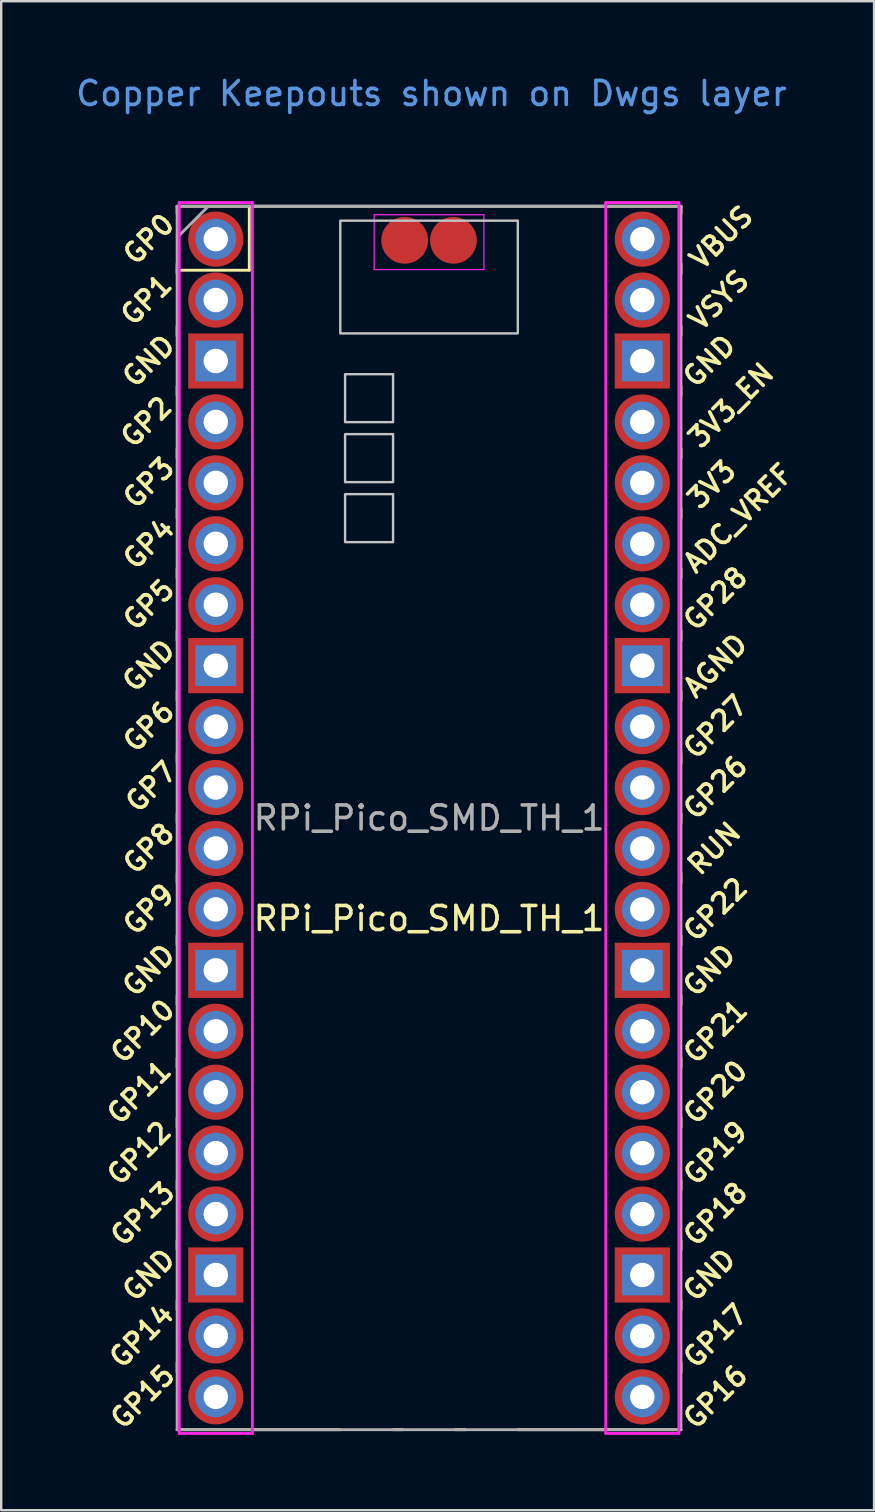
<source format=kicad_pcb>
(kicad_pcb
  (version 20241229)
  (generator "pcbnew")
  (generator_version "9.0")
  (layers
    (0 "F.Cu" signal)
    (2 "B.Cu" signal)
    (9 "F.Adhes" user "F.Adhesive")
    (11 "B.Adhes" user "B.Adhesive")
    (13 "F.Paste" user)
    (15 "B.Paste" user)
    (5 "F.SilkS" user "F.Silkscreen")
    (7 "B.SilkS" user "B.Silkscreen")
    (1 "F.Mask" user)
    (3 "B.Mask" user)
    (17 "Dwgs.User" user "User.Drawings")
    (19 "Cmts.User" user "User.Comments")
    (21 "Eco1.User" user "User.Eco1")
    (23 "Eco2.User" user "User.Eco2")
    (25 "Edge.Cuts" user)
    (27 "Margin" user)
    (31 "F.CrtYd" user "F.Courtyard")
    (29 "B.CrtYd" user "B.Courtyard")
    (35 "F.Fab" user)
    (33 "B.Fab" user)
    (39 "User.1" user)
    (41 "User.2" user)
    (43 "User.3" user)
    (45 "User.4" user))
  (footprint "RPi_Pico_SMD_TH_1"
    (layer "F.Cu")
    (at 14.835 31.048)
    (property "Reference" "RPi_Pico_SMD_TH_1" (at 0 4.191 0) (layer "F.SilkS") (effects (font (size 1 1) (thickness 0.15))))
    (attr through_hole)
    (fp_line (start -10.5 -25.5) (end -10.5 -25.2) (stroke (width 0.12) (type solid)) (layer "F.SilkS"))
    (fp_line (start -10.5 -25.5) (end 10.5 -25.5) (stroke (width 0.12) (type solid)) (layer "F.SilkS"))
    (fp_line (start -10.5 -23.1) (end -10.5 -22.7) (stroke (width 0.12) (type solid)) (layer "F.SilkS"))
    (fp_line (start -10.5 -22.833) (end -7.493 -22.833) (stroke (width 0.12) (type solid)) (layer "F.SilkS"))
    (fp_line (start -10.5 -20.5) (end -10.5 -20.1) (stroke (width 0.12) (type solid)) (layer "F.SilkS"))
    (fp_line (start -10.5 -18) (end -10.5 -17.6) (stroke (width 0.12) (type solid)) (layer "F.SilkS"))
    (fp_line (start -10.5 -15.4) (end -10.5 -15) (stroke (width 0.12) (type solid)) (layer "F.SilkS"))
    (fp_line (start -10.5 -12.9) (end -10.5 -12.5) (stroke (width 0.12) (type solid)) (layer "F.SilkS"))
    (fp_line (start -10.5 -10.4) (end -10.5 -10) (stroke (width 0.12) (type solid)) (layer "F.SilkS"))
    (fp_line (start -10.5 -7.8) (end -10.5 -7.4) (stroke (width 0.12) (type solid)) (layer "F.SilkS"))
    (fp_line (start -10.5 -5.3) (end -10.5 -4.9) (stroke (width 0.12) (type solid)) (layer "F.SilkS"))
    (fp_line (start -10.5 -2.7) (end -10.5 -2.3) (stroke (width 0.12) (type solid)) (layer "F.SilkS"))
    (fp_line (start -10.5 -0.2) (end -10.5 0.2) (stroke (width 0.12) (type solid)) (layer "F.SilkS"))
    (fp_line (start -10.5 2.3) (end -10.5 2.7) (stroke (width 0.12) (type solid)) (layer "F.SilkS"))
    (fp_line (start -10.5 4.9) (end -10.5 5.3) (stroke (width 0.12) (type solid)) (layer "F.SilkS"))
    (fp_line (start -10.5 7.4) (end -10.5 7.8) (stroke (width 0.12) (type solid)) (layer "F.SilkS"))
    (fp_line (start -10.5 10) (end -10.5 10.4) (stroke (width 0.12) (type solid)) (layer "F.SilkS"))
    (fp_line (start -10.5 12.5) (end -10.5 12.9) (stroke (width 0.12) (type solid)) (layer "F.SilkS"))
    (fp_line (start -10.5 15.1) (end -10.5 15.5) (stroke (width 0.12) (type solid)) (layer "F.SilkS"))
    (fp_line (start -10.5 17.6) (end -10.5 18) (stroke (width 0.12) (type solid)) (layer "F.SilkS"))
    (fp_line (start -10.5 20.1) (end -10.5 20.5) (stroke (width 0.12) (type solid)) (layer "F.SilkS"))
    (fp_line (start -10.5 22.7) (end -10.5 23.1) (stroke (width 0.12) (type solid)) (layer "F.SilkS"))
    (fp_line (start -7.493 -22.833) (end -7.493 -25.5) (stroke (width 0.12) (type solid)) (layer "F.SilkS"))
    (fp_line (start -3.7 25.5) (end -10.5 25.5) (stroke (width 0.12) (type solid)) (layer "F.SilkS"))
    (fp_line (start -1.5 25.5) (end -1.1 25.5) (stroke (width 0.12) (type solid)) (layer "F.SilkS"))
    (fp_line (start 1.1 25.5) (end 1.5 25.5) (stroke (width 0.12) (type solid)) (layer "F.SilkS"))
    (fp_line (start 10.5 -25.5) (end 10.5 -25.2) (stroke (width 0.12) (type solid)) (layer "F.SilkS"))
    (fp_line (start 10.5 -23.1) (end 10.5 -22.7) (stroke (width 0.12) (type solid)) (layer "F.SilkS"))
    (fp_line (start 10.5 -20.5) (end 10.5 -20.1) (stroke (width 0.12) (type solid)) (layer "F.SilkS"))
    (fp_line (start 10.5 -18) (end 10.5 -17.6) (stroke (width 0.12) (type solid)) (layer "F.SilkS"))
    (fp_line (start 10.5 -15.4) (end 10.5 -15) (stroke (width 0.12) (type solid)) (layer "F.SilkS"))
    (fp_line (start 10.5 -12.9) (end 10.5 -12.5) (stroke (width 0.12) (type solid)) (layer "F.SilkS"))
    (fp_line (start 10.5 -10.4) (end 10.5 -10) (stroke (width 0.12) (type solid)) (layer "F.SilkS"))
    (fp_line (start 10.5 -7.8) (end 10.5 -7.4) (stroke (width 0.12) (type solid)) (layer "F.SilkS"))
    (fp_line (start 10.5 -5.3) (end 10.5 -4.9) (stroke (width 0.12) (type solid)) (layer "F.SilkS"))
    (fp_line (start 10.5 -2.7) (end 10.5 -2.3) (stroke (width 0.12) (type solid)) (layer "F.SilkS"))
    (fp_line (start 10.5 -0.2) (end 10.5 0.2) (stroke (width 0.12) (type solid)) (layer "F.SilkS"))
    (fp_line (start 10.5 2.3) (end 10.5 2.7) (stroke (width 0.12) (type solid)) (layer "F.SilkS"))
    (fp_line (start 10.5 4.9) (end 10.5 5.3) (stroke (width 0.12) (type solid)) (layer "F.SilkS"))
    (fp_line (start 10.5 7.4) (end 10.5 7.8) (stroke (width 0.12) (type solid)) (layer "F.SilkS"))
    (fp_line (start 10.5 10) (end 10.5 10.4) (stroke (width 0.12) (type solid)) (layer "F.SilkS"))
    (fp_line (start 10.5 12.5) (end 10.5 12.9) (stroke (width 0.12) (type solid)) (layer "F.SilkS"))
    (fp_line (start 10.5 15.1) (end 10.5 15.5) (stroke (width 0.12) (type solid)) (layer "F.SilkS"))
    (fp_line (start 10.5 17.6) (end 10.5 18) (stroke (width 0.12) (type solid)) (layer "F.SilkS"))
    (fp_line (start 10.5 20.1) (end 10.5 20.5) (stroke (width 0.12) (type solid)) (layer "F.SilkS"))
    (fp_line (start 10.5 22.7) (end 10.5 23.1) (stroke (width 0.12) (type solid)) (layer "F.SilkS"))
    (fp_line (start 10.5 25.5) (end 3.7 25.5) (stroke (width 0.12) (type solid)) (layer "F.SilkS"))
    (fp_poly (pts (xy -1.5 -16.5) (xy -3.5 -16.5) (xy -3.5 -18.5) (xy -1.5 -18.5)) (stroke (width 0.1) (type solid)) (fill no) (layer "Dwgs.User"))
    (fp_poly (pts (xy -1.5 -14) (xy -3.5 -14) (xy -3.5 -16) (xy -1.5 -16)) (stroke (width 0.1) (type solid)) (fill no) (layer "Dwgs.User"))
    (fp_poly (pts (xy -1.5 -11.5) (xy -3.5 -11.5) (xy -3.5 -13.5) (xy -1.5 -13.5)) (stroke (width 0.1) (type solid)) (fill no) (layer "Dwgs.User"))
    (fp_poly (pts (xy 3.7 -20.2) (xy -3.7 -20.2) (xy -3.7 -24.9) (xy 3.7 -24.9)) (stroke (width 0.1) (type solid)) (fill no) (layer "Dwgs.User"))
    (fp_line (start -10.414 -25.654) (end -7.366 -25.654) (stroke (width 0.12) (type solid)) (layer "F.CrtYd"))
    (fp_line (start -10.414 25.654) (end -10.414 -25.654) (stroke (width 0.12) (type solid)) (layer "F.CrtYd"))
    (fp_line (start -7.366 -25.654) (end -7.366 25.654) (stroke (width 0.12) (type solid)) (layer "F.CrtYd"))
    (fp_line (start -7.366 25.654) (end -10.414 25.654) (stroke (width 0.12) (type solid)) (layer "F.CrtYd"))
    (fp_line (start -2.286 -25.146) (end 2.286 -25.146) (stroke (width 0.05) (type solid)) (layer "F.CrtYd"))
    (fp_line (start -2.286 -22.86) (end -2.286 -25.146) (stroke (width 0.05) (type solid)) (layer "F.CrtYd"))
    (fp_line (start 2.286 -25.146) (end 2.286 -22.86) (stroke (width 0.05) (type solid)) (layer "F.CrtYd"))
    (fp_line (start 2.286 -22.86) (end -2.286 -22.86) (stroke (width 0.05) (type solid)) (layer "F.CrtYd"))
    (fp_line (start 7.366 -25.654) (end 10.414 -25.654) (stroke (width 0.12) (type solid)) (layer "F.CrtYd"))
    (fp_line (start 7.366 25.654) (end 7.366 -25.654) (stroke (width 0.12) (type solid)) (layer "F.CrtYd"))
    (fp_line (start 10.414 -25.654) (end 10.414 25.654) (stroke (width 0.12) (type solid)) (layer "F.CrtYd"))
    (fp_line (start 10.414 25.654) (end 7.366 25.654) (stroke (width 0.12) (type solid)) (layer "F.CrtYd"))
    (fp_line (start -10.5 -25.5) (end 10.5 -25.5) (stroke (width 0.12) (type solid)) (layer "F.Fab"))
    (fp_line (start -10.5 -24.2) (end -9.2 -25.5) (stroke (width 0.12) (type solid)) (layer "F.Fab"))
    (fp_line (start -10.5 25.5) (end -10.5 -25.5) (stroke (width 0.12) (type solid)) (layer "F.Fab"))
    (fp_line (start 10.5 -25.5) (end 10.5 25.5) (stroke (width 0.12) (type solid)) (layer "F.Fab"))
    (fp_line (start 10.5 25.5) (end -10.5 25.5) (stroke (width 0.12) (type solid)) (layer "F.Fab"))
    (fp_text user "GND" (at -11.684 19.05 45) (layer "F.SilkS") (effects (font (size 0.8 0.8) (thickness 0.15))))
    (fp_text user "ADC_VREF" (at 12.884 -12.5 45) (layer "F.SilkS") (effects (font (size 0.8 0.8) (thickness 0.15))))
    (fp_text user "GP15" (at -11.938 24.13 45) (layer "F.SilkS") (effects (font (size 0.8 0.8) (thickness 0.15))))
    (fp_text user "GP0" (at -11.684 -24.13 45) (layer "F.SilkS") (effects (font (size 0.8 0.8) (thickness 0.15))))
    (fp_text user "GP7" (at -11.584 -1.3 45) (layer "F.SilkS") (effects (font (size 0.8 0.8) (thickness 0.15))))
    (fp_text user "GP14" (at -11.984 21.59 45) (layer "F.SilkS") (effects (font (size 0.8 0.8) (thickness 0.15))))
    (fp_text user "GP26" (at 11.938 -1.27 45) (layer "F.SilkS") (effects (font (size 0.8 0.8) (thickness 0.15))))
    (fp_text user "GP20" (at 11.938 11.43 45) (layer "F.SilkS") (effects (font (size 0.8 0.8) (thickness 0.15))))
    (fp_text user "GP17" (at 11.938 21.59 45) (layer "F.SilkS") (effects (font (size 0.8 0.8) (thickness 0.15))))
    (fp_text user "GP28" (at 11.938 -9.144 45) (layer "F.SilkS") (effects (font (size 0.8 0.8) (thickness 0.15))))
    (fp_text user "VSYS" (at 12.084 -21.59 45) (layer "F.SilkS") (effects (font (size 0.8 0.8) (thickness 0.15))))
    (fp_text user "GND" (at 11.684 -19.05 45) (layer "F.SilkS") (effects (font (size 0.8 0.8) (thickness 0.15))))
    (fp_text user "GP13" (at -11.938 16.51 45) (layer "F.SilkS") (effects (font (size 0.8 0.8) (thickness 0.15))))
    (fp_text user "GP3" (at -11.684 -13.97 45) (layer "F.SilkS") (effects (font (size 0.8 0.8) (thickness 0.15))))
    (fp_text user "GND" (at 11.684 6.35 45) (layer "F.SilkS") (effects (font (size 0.8 0.8) (thickness 0.15))))
    (fp_text user "GP2" (at -11.784 -16.51 45) (layer "F.SilkS") (effects (font (size 0.8 0.8) (thickness 0.15))))
    (fp_text user "GP9" (at -11.684 3.81 45) (layer "F.SilkS") (effects (font (size 0.8 0.8) (thickness 0.15))))
    (fp_text user "RUN" (at 11.884 1.27 45) (layer "F.SilkS") (effects (font (size 0.8 0.8) (thickness 0.15))))
    (fp_text user "GP1" (at -11.784 -21.6 45) (layer "F.SilkS") (effects (font (size 0.8 0.8) (thickness 0.15))))
    (fp_text user "3V3" (at 11.784 -13.9 45) (layer "F.SilkS") (effects (font (size 0.8 0.8) (thickness 0.15))))
    (fp_text user "GP12" (at -12.084 13.97 45) (layer "F.SilkS") (effects (font (size 0.8 0.8) (thickness 0.15))))
    (fp_text user "GP16" (at 11.938 24.13 45) (layer "F.SilkS") (effects (font (size 0.8 0.8) (thickness 0.15))))
    (fp_text user "GND" (at -11.684 6.35 45) (layer "F.SilkS") (effects (font (size 0.8 0.8) (thickness 0.15))))
    (fp_text user "GND" (at 11.684 19.05 45) (layer "F.SilkS") (effects (font (size 0.8 0.8) (thickness 0.15))))
    (fp_text user "GP8" (at -11.684 1.27 45) (layer "F.SilkS") (effects (font (size 0.8 0.8) (thickness 0.15))))
    (fp_text user "GP5" (at -11.684 -8.89 45) (layer "F.SilkS") (effects (font (size 0.8 0.8) (thickness 0.15))))
    (fp_text user "VBUS" (at 12.184 -24.2 45) (layer "F.SilkS") (effects (font (size 0.8 0.8) (thickness 0.15))))
    (fp_text user "GP11" (at -12.084 11.43 45) (layer "F.SilkS") (effects (font (size 0.8 0.8) (thickness 0.15))))
    (fp_text user "GP27" (at 11.938 -3.8 45) (layer "F.SilkS") (effects (font (size 0.8 0.8) (thickness 0.15))))
    (fp_text user "3V3_EN" (at 12.584 -17.2 45) (layer "F.SilkS") (effects (font (size 0.8 0.8) (thickness 0.15))))
    (fp_text user "GND" (at -11.684 -19.05 45) (layer "F.SilkS") (effects (font (size 0.8 0.8) (thickness 0.15))))
    (fp_text user "GP21" (at 11.938 8.9 45) (layer "F.SilkS") (effects (font (size 0.8 0.8) (thickness 0.15))))
    (fp_text user "GP6" (at -11.684 -3.81 45) (layer "F.SilkS") (effects (font (size 0.8 0.8) (thickness 0.15))))
    (fp_text user "GND" (at -11.684 -6.35 45) (layer "F.SilkS") (effects (font (size 0.8 0.8) (thickness 0.15))))
    (fp_text user "AGND" (at 11.938 -6.35 45) (layer "F.SilkS") (effects (font (size 0.8 0.8) (thickness 0.15))))
    (fp_text user "GP18" (at 11.938 16.51 45) (layer "F.SilkS") (effects (font (size 0.8 0.8) (thickness 0.15))))
    (fp_text user "GP19" (at 11.938 13.97 45) (layer "F.SilkS") (effects (font (size 0.8 0.8) (thickness 0.15))))
    (fp_text user "GP4" (at -11.684 -11.43 45) (layer "F.SilkS") (effects (font (size 0.8 0.8) (thickness 0.15))))
    (fp_text user "GP10" (at -11.938 8.89 45) (layer "F.SilkS") (effects (font (size 0.8 0.8) (thickness 0.15))))
    (fp_text user "GP22" (at 11.938 3.81 45) (layer "F.SilkS") (effects (font (size 0.8 0.8) (thickness 0.15))))
    (fp_text user "Copper Keepouts shown on Dwgs layer" (at 0.1 -30.2 0) (layer "Cmts.User") (effects (font (size 1 1) (thickness 0.15))))
    (fp_text user "${REFERENCE}" (at 0 0 180) (layer "F.Fab") (effects (font (size 1 1) (thickness 0.15))))
    (pad "1" thru_hole oval (at -8.89 -24.13) (size 1.7 1.7) (drill 1.02) (layers "*.Cu" "*.Mask"))
    (pad "1" smd circle (at -8.89 -24.13) (size 2.3 2.3) (layers "F.Cu" "F.Mask"))
    (pad "2" thru_hole oval (at -8.89 -21.59) (size 1.7 1.7) (drill 1.02) (layers "*.Cu" "*.Mask"))
    (pad "2" smd circle (at -8.89 -21.59) (size 2.3 2.3) (layers "F.Cu" "F.Mask"))
    (pad "3" thru_hole rect (at -8.89 -19.05) (size 1.7 1.7) (drill 1.02) (layers "*.Cu" "*.Mask"))
    (pad "3" smd rect (at -8.89 -19.05) (size 2.3 2.3) (layers "F.Cu" "F.Mask"))
    (pad "4" thru_hole oval (at -8.89 -16.51) (size 1.7 1.7) (drill 1.02) (layers "*.Cu" "*.Mask"))
    (pad "4" smd circle (at -8.89 -16.51) (size 2.3 2.3) (layers "F.Cu" "F.Mask"))
    (pad "5" thru_hole oval (at -8.89 -13.97) (size 1.7 1.7) (drill 1.02) (layers "*.Cu" "*.Mask"))
    (pad "5" smd circle (at -8.89 -13.97) (size 2.3 2.3) (layers "F.Cu" "F.Mask"))
    (pad "6" thru_hole oval (at -8.89 -11.43) (size 1.7 1.7) (drill 1.02) (layers "*.Cu" "*.Mask"))
    (pad "6" smd circle (at -8.89 -11.43) (size 2.3 2.3) (layers "F.Cu" "F.Mask"))
    (pad "7" thru_hole oval (at -8.89 -8.89) (size 1.7 1.7) (drill 1.02) (layers "*.Cu" "*.Mask"))
    (pad "7" smd circle (at -8.89 -8.89) (size 2.3 2.3) (layers "F.Cu" "F.Mask"))
    (pad "8" thru_hole rect (at -8.89 -6.35) (size 1.7 1.7) (drill 1.02) (layers "*.Cu" "*.Mask"))
    (pad "8" smd rect (at -8.89 -6.35) (size 2.3 2.3) (layers "F.Cu" "F.Mask"))
    (pad "9" thru_hole oval (at -8.89 -3.81) (size 1.7 1.7) (drill 1.02) (layers "*.Cu" "*.Mask"))
    (pad "9" smd circle (at -8.89 -3.81) (size 2.3 2.3) (layers "F.Cu" "F.Mask"))
    (pad "10" thru_hole oval (at -8.89 -1.27) (size 1.7 1.7) (drill 1.02) (layers "*.Cu" "*.Mask"))
    (pad "10" smd circle (at -8.89 -1.27) (size 2.3 2.3) (layers "F.Cu" "F.Mask"))
    (pad "11" thru_hole oval (at -8.89 1.27) (size 1.7 1.7) (drill 1.02) (layers "*.Cu" "*.Mask"))
    (pad "11" smd circle (at -8.89 1.27) (size 2.3 2.3) (layers "F.Cu" "F.Mask"))
    (pad "12" thru_hole oval (at -8.89 3.81) (size 1.7 1.7) (drill 1.02) (layers "*.Cu" "*.Mask"))
    (pad "12" smd circle (at -8.89 3.81) (size 2.3 2.3) (layers "F.Cu" "F.Mask"))
    (pad "13" thru_hole rect (at -8.89 6.35) (size 1.7 1.7) (drill 1.02) (layers "*.Cu" "*.Mask"))
    (pad "13" smd rect (at -8.89 6.35) (size 2.3 2.3) (layers "F.Cu" "F.Mask"))
    (pad "14" thru_hole oval (at -8.89 8.89) (size 1.7 1.7) (drill 1.02) (layers "*.Cu" "*.Mask"))
    (pad "14" smd circle (at -8.89 8.89) (size 2.3 2.3) (layers "F.Cu" "F.Mask"))
    (pad "15" thru_hole oval (at -8.89 11.43) (size 1.7 1.7) (drill 1.02) (layers "*.Cu" "*.Mask"))
    (pad "15" smd circle (at -8.89 11.43) (size 2.3 2.3) (layers "F.Cu" "F.Mask"))
    (pad "16" thru_hole oval (at -8.89 13.97) (size 1.7 1.7) (drill 1.02) (layers "*.Cu" "*.Mask"))
    (pad "16" smd circle (at -8.89 13.97) (size 2.3 2.3) (layers "F.Cu" "F.Mask"))
    (pad "17" thru_hole oval (at -8.89 16.51) (size 1.7 1.7) (drill 1.02) (layers "*.Cu" "*.Mask"))
    (pad "17" smd circle (at -8.89 16.51) (size 2.3 2.3) (layers "F.Cu" "F.Mask"))
    (pad "18" thru_hole rect (at -8.89 19.05) (size 1.7 1.7) (drill 1.02) (layers "*.Cu" "*.Mask"))
    (pad "18" smd rect (at -8.89 19.05) (size 2.3 2.3) (layers "F.Cu" "F.Mask"))
    (pad "19" thru_hole oval (at -8.89 21.59) (size 1.7 1.7) (drill 1.02) (layers "*.Cu" "*.Mask"))
    (pad "19" smd circle (at -8.89 21.59) (size 2.3 2.3) (layers "F.Cu" "F.Mask"))
    (pad "20" thru_hole oval (at -8.89 24.13) (size 1.7 1.7) (drill 1.02) (layers "*.Cu" "*.Mask"))
    (pad "20" smd circle (at -8.89 24.13) (size 2.3 2.3) (layers "F.Cu" "F.Mask"))
    (pad "21" thru_hole oval (at 8.89 24.13) (size 1.7 1.7) (drill 1.02) (layers "*.Cu" "*.Mask"))
    (pad "21" smd circle (at 8.89 24.13) (size 2.3 2.3) (layers "F.Cu" "F.Mask"))
    (pad "22" thru_hole oval (at 8.89 21.59) (size 1.7 1.7) (drill 1.02) (layers "*.Cu" "*.Mask"))
    (pad "22" smd circle (at 8.89 21.59) (size 2.3 2.3) (layers "F.Cu" "F.Mask"))
    (pad "23" thru_hole rect (at 8.89 19.05) (size 1.7 1.7) (drill 1.02) (layers "*.Cu" "*.Mask"))
    (pad "23" smd rect (at 8.89 19.05) (size 2.3 2.3) (layers "F.Cu" "F.Mask"))
    (pad "24" thru_hole oval (at 8.89 16.51) (size 1.7 1.7) (drill 1.02) (layers "*.Cu" "*.Mask"))
    (pad "24" smd circle (at 8.89 16.51) (size 2.3 2.3) (layers "F.Cu" "F.Mask"))
    (pad "25" thru_hole oval (at 8.89 13.97) (size 1.7 1.7) (drill 1.02) (layers "*.Cu" "*.Mask"))
    (pad "25" smd circle (at 8.89 13.97) (size 2.3 2.3) (layers "F.Cu" "F.Mask"))
    (pad "26" thru_hole oval (at 8.89 11.43) (size 1.7 1.7) (drill 1.02) (layers "*.Cu" "*.Mask"))
    (pad "26" smd circle (at 8.89 11.43) (size 2.3 2.3) (layers "F.Cu" "F.Mask"))
    (pad "27" thru_hole oval (at 8.89 8.89) (size 1.7 1.7) (drill 1.02) (layers "*.Cu" "*.Mask"))
    (pad "27" smd circle (at 8.89 8.89) (size 2.3 2.3) (layers "F.Cu" "F.Mask"))
    (pad "28" thru_hole rect (at 8.89 6.35) (size 1.7 1.7) (drill 1.02) (layers "*.Cu" "*.Mask"))
    (pad "28" smd rect (at 8.89 6.35) (size 2.3 2.3) (layers "F.Cu" "F.Mask"))
    (pad "29" thru_hole oval (at 8.89 3.81) (size 1.7 1.7) (drill 1.02) (layers "*.Cu" "*.Mask"))
    (pad "29" smd circle (at 8.89 3.81) (size 2.3 2.3) (layers "F.Cu" "F.Mask"))
    (pad "30" thru_hole oval (at 8.89 1.27) (size 1.7 1.7) (drill 1.02) (layers "*.Cu" "*.Mask"))
    (pad "30" smd circle (at 8.89 1.27) (size 2.3 2.3) (layers "F.Cu" "F.Mask"))
    (pad "31" thru_hole oval (at 8.89 -1.27) (size 1.7 1.7) (drill 1.02) (layers "*.Cu" "*.Mask"))
    (pad "31" smd circle (at 8.89 -1.27) (size 2.3 2.3) (layers "F.Cu" "F.Mask"))
    (pad "32" thru_hole oval (at 8.89 -3.81) (size 1.7 1.7) (drill 1.02) (layers "*.Cu" "*.Mask"))
    (pad "32" smd circle (at 8.89 -3.81) (size 2.3 2.3) (layers "F.Cu" "F.Mask"))
    (pad "33" thru_hole rect (at 8.89 -6.35) (size 1.7 1.7) (drill 1.02) (layers "*.Cu" "*.Mask"))
    (pad "33" smd rect (at 8.89 -6.35) (size 2.3 2.3) (layers "F.Cu" "F.Mask"))
    (pad "34" thru_hole oval (at 8.89 -8.89) (size 1.7 1.7) (drill 1.02) (layers "*.Cu" "*.Mask"))
    (pad "34" smd circle (at 8.89 -8.89) (size 2.3 2.3) (layers "F.Cu" "F.Mask"))
    (pad "35" thru_hole oval (at 8.89 -11.43) (size 1.7 1.7) (drill 1.02) (layers "*.Cu" "*.Mask"))
    (pad "35" smd circle (at 8.89 -11.43) (size 2.3 2.3) (layers "F.Cu" "F.Mask"))
    (pad "36" thru_hole oval (at 8.89 -13.97) (size 1.7 1.7) (drill 1.02) (layers "*.Cu" "*.Mask"))
    (pad "36" smd circle (at 8.89 -13.97) (size 2.3 2.3) (layers "F.Cu" "F.Mask"))
    (pad "37" thru_hole oval (at 8.89 -16.51) (size 1.7 1.7) (drill 1.02) (layers "*.Cu" "*.Mask"))
    (pad "37" smd circle (at 8.89 -16.51) (size 2.3 2.3) (layers "F.Cu" "F.Mask"))
    (pad "38" thru_hole rect (at 8.89 -19.05) (size 1.7 1.7) (drill 1.02) (layers "*.Cu" "*.Mask"))
    (pad "38" smd rect (at 8.89 -19.05) (size 2.3 2.3) (layers "F.Cu" "F.Mask"))
    (pad "39" thru_hole oval (at 8.89 -21.59) (size 1.7 1.7) (drill 1.02) (layers "*.Cu" "*.Mask"))
    (pad "39" smd circle (at 8.89 -21.59) (size 2.3 2.3) (layers "F.Cu" "F.Mask"))
    (pad "40" thru_hole oval (at 8.89 -24.13) (size 1.7 1.7) (drill 1.02) (layers "*.Cu" "*.Mask"))
    (pad "40" smd circle (at 8.89 -24.13) (size 2.3 2.3) (layers "F.Cu" "F.Mask"))
    (pad "41" smd circle (at -1.016 -24.08) (size 1.95 1.95) (layers "F.Cu" "F.Mask" "F.Paste"))
    (pad "42" smd circle (at 1.016 -24.08) (size 1.95 1.95) (layers "F.Cu" "F.Mask" "F.Paste")))
  (gr_rect
    (start -3 -3)
    (end 33.385 59.902)
    (stroke (width 0.1) (type default))
    (fill no)
    (layer "Edge.Cuts")))
</source>
